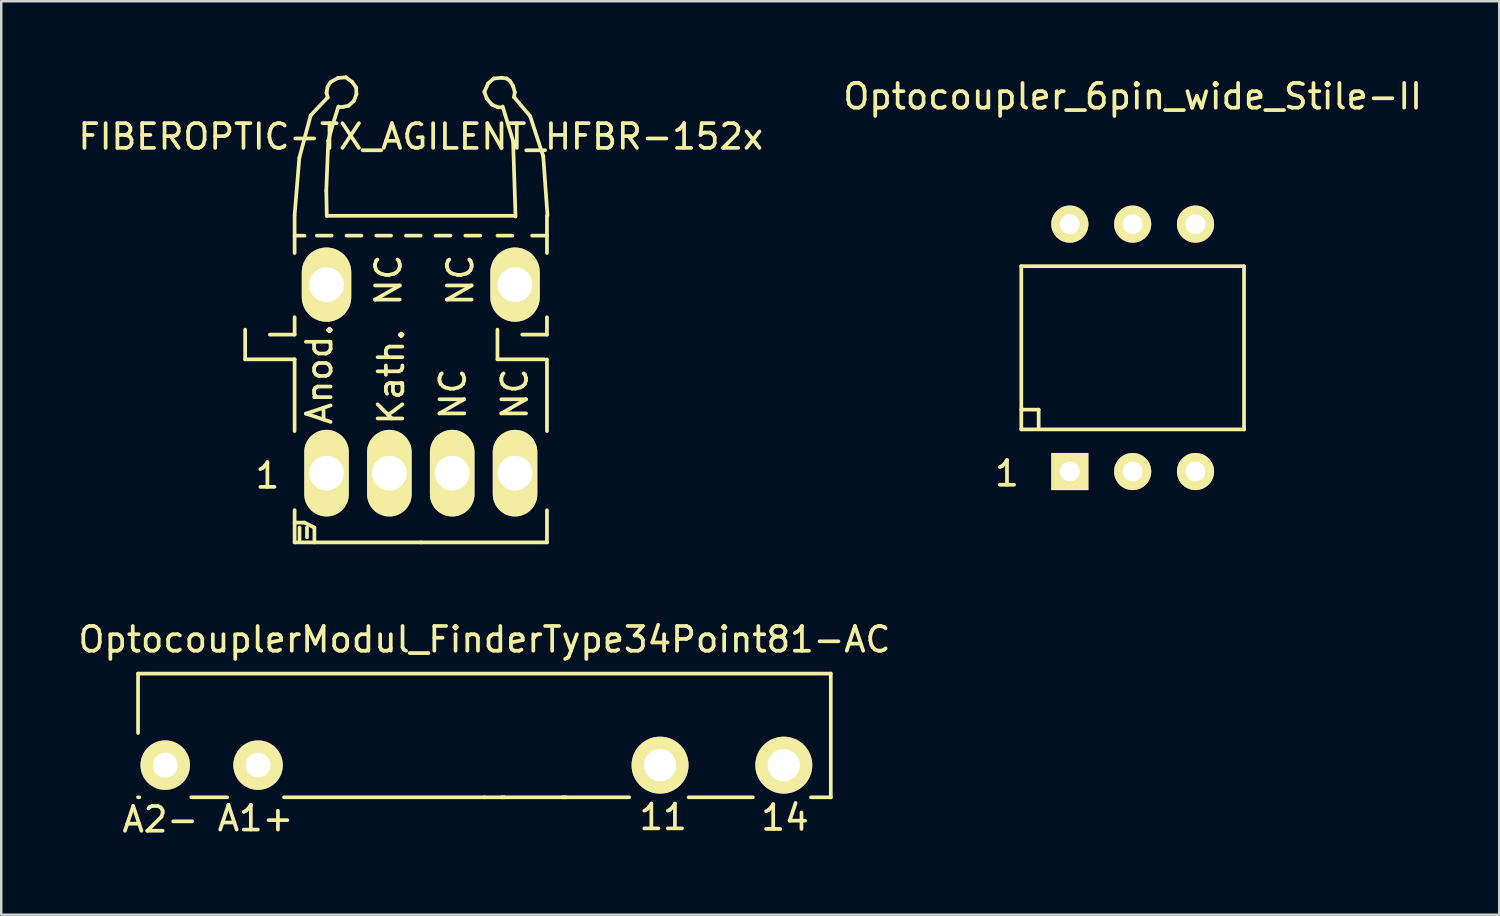
<source format=kicad_pcb>
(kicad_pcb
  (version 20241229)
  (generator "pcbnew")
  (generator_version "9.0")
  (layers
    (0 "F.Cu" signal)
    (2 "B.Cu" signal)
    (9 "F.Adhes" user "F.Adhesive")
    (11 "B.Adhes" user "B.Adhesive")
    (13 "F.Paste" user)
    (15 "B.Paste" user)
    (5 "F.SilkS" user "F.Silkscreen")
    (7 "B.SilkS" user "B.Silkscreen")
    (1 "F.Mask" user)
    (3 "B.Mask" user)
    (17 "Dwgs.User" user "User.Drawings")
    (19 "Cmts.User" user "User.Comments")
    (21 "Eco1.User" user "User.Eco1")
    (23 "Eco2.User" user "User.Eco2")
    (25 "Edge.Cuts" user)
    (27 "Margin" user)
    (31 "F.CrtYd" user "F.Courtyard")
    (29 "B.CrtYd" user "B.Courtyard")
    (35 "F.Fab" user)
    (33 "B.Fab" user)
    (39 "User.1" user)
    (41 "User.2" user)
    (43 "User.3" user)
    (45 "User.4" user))
  (footprint "OptocouplerModul_FinderType34Point81-AC"
    (layer "F.Cu")
    (at 16.53 27.877)
    (property "Reference" "OptocouplerModul_FinderType34Point81-AC" (at 0 -5.08 0) (layer "F.SilkS") (effects (font (size 1 1) (thickness 0.15))))
    (attr through_hole)
    (fp_line (start -14 -3.701) (end -14 -1.3) (stroke (width 0.15) (type solid)) (layer "F.SilkS"))
    (fp_line (start -14 1.3) (end -13.95 1.3) (stroke (width 0.15) (type solid)) (layer "F.SilkS"))
    (fp_line (start -11.849 1.3) (end -10.399 1.3) (stroke (width 0.15) (type solid)) (layer "F.SilkS"))
    (fp_line (start -8.1 1.3) (end 0 1.3) (stroke (width 0.15) (type solid)) (layer "F.SilkS"))
    (fp_line (start 0 1.3) (end 0.8 1.3) (stroke (width 0.15) (type solid)) (layer "F.SilkS"))
    (fp_line (start 3.15 1.3) (end 5.85 1.3) (stroke (width 0.15) (type solid)) (layer "F.SilkS"))
    (fp_line (start 3.299 1.3) (end 0.701 1.3) (stroke (width 0.15) (type solid)) (layer "F.SilkS"))
    (fp_line (start 8.25 1.3) (end 10.851 1.3) (stroke (width 0.15) (type solid)) (layer "F.SilkS"))
    (fp_line (start 13.2 1.3) (end 14 1.3) (stroke (width 0.15) (type solid)) (layer "F.SilkS"))
    (fp_line (start 14 -3.701) (end -14 -3.701) (stroke (width 0.15) (type solid)) (layer "F.SilkS"))
    (fp_line (start 14 1.3) (end 14 -3.701) (stroke (width 0.15) (type solid)) (layer "F.SilkS"))
    (fp_text user "14" (at 12.149 2.123 0) (layer "F.SilkS") (effects (font (size 1 1) (thickness 0.15))))
    (fp_text user "11" (at 7.224 2.101 0) (layer "F.SilkS") (effects (font (size 1 1) (thickness 0.15))))
    (fp_text user "A1+" (at -9.251 2.149 0) (layer "F.SilkS") (effects (font (size 1 1) (thickness 0.15))))
    (fp_text user "A2-" (at -13.101 2.197 0) (layer "F.SilkS") (effects (font (size 1 1) (thickness 0.15))))
    (pad "11" thru_hole circle (at 7.099 0) (size 2.301 2.301) (drill 1.3) (layers "*.Cu" "*.Mask" "F.SilkS"))
    (pad "14" thru_hole circle (at 12.101 0) (size 2.301 2.301) (drill 1.3) (layers "*.Cu" "*.Mask" "F.SilkS"))
    (pad "A1" thru_hole circle (at -9.149 0) (size 1.999 1.999) (drill 1.001) (layers "*.Cu" "*.Mask" "F.SilkS"))
    (pad "A2" thru_hole circle (at -12.901 0) (size 1.999 1.999) (drill 1.001) (layers "*.Cu" "*.Mask" "F.SilkS")))
  (footprint "FIBEROPTIC-TX_AGILENT_HFBR-152x"
    (layer "F.Cu")
    (at 13.958 10.474)
    (property "Reference" "FIBEROPTIC-TX_AGILENT_HFBR-152x" (at 0 -8.001 0) (layer "F.SilkS") (effects (font (size 1 1) (thickness 0.15))))
    (attr through_hole)
    (fp_line (start -7.099 1.001) (end -7.099 -0.201) (stroke (width 0.15) (type solid)) (layer "F.SilkS"))
    (fp_line (start -6.101 0) (end -5.1 0) (stroke (width 0.15) (type solid)) (layer "F.SilkS"))
    (fp_line (start -5.1 -4.831) (end -4.91 -7.14) (stroke (width 0.15) (type solid)) (layer "F.SilkS"))
    (fp_line (start -5.1 -4.801) (end -5.1 -3.299) (stroke (width 0.15) (type solid)) (layer "F.SilkS"))
    (fp_line (start -5.1 0) (end -5.1 -0.701) (stroke (width 0.15) (type solid)) (layer "F.SilkS"))
    (fp_line (start -5.1 1.001) (end -7.099 1.001) (stroke (width 0.15) (type solid)) (layer "F.SilkS"))
    (fp_line (start -5.1 1.001) (end -5.1 3.899) (stroke (width 0.15) (type solid)) (layer "F.SilkS"))
    (fp_line (start -5.1 7.6) (end -4.699 7.6) (stroke (width 0.15) (type solid)) (layer "F.SilkS"))
    (fp_line (start -5.1 8.4) (end -5.1 7.099) (stroke (width 0.15) (type solid)) (layer "F.SilkS"))
    (fp_line (start -4.91 -7.14) (end -4.45 -8.86) (stroke (width 0.15) (type solid)) (layer "F.SilkS"))
    (fp_line (start -4.9 7.8) (end -4.9 8.301) (stroke (width 0.15) (type solid)) (layer "F.SilkS"))
    (fp_line (start -4.699 -4) (end -5.1 -4) (stroke (width 0.15) (type solid)) (layer "F.SilkS"))
    (fp_line (start -4.699 7.6) (end -4.3 7.8) (stroke (width 0.15) (type solid)) (layer "F.SilkS"))
    (fp_line (start -4.6 7.8) (end -4.6 8.199) (stroke (width 0.15) (type solid)) (layer "F.SilkS"))
    (fp_line (start -4.45 -8.86) (end -3.769 -9.581) (stroke (width 0.15) (type solid)) (layer "F.SilkS"))
    (fp_line (start -4.3 7.8) (end -4.3 8.4) (stroke (width 0.15) (type solid)) (layer "F.SilkS"))
    (fp_line (start -3.82 -5.819) (end -3.739 -7.841) (stroke (width 0.15) (type solid)) (layer "F.SilkS"))
    (fp_line (start -3.81 -9.769) (end -3.759 -9.581) (stroke (width 0.15) (type solid)) (layer "F.SilkS"))
    (fp_line (start -3.8 -4.801) (end -3.82 -5.819) (stroke (width 0.15) (type solid)) (layer "F.SilkS"))
    (fp_line (start -3.769 -10.01) (end -3.81 -9.769) (stroke (width 0.15) (type solid)) (layer "F.SilkS"))
    (fp_line (start -3.739 -7.841) (end -3.551 -8.509) (stroke (width 0.15) (type solid)) (layer "F.SilkS"))
    (fp_line (start -3.65 -10.201) (end -3.769 -10.01) (stroke (width 0.15) (type solid)) (layer "F.SilkS"))
    (fp_line (start -3.602 -4) (end -4.201 -4) (stroke (width 0.15) (type solid)) (layer "F.SilkS"))
    (fp_line (start -3.551 -8.509) (end -3.33 -9.22) (stroke (width 0.15) (type solid)) (layer "F.SilkS"))
    (fp_line (start -3.35 -10.371) (end -3.65 -10.201) (stroke (width 0.15) (type solid)) (layer "F.SilkS"))
    (fp_line (start -3.269 -9.19) (end -3.119 -9.21) (stroke (width 0.15) (type solid)) (layer "F.SilkS"))
    (fp_line (start -3.119 -9.21) (end -2.921 -9.251) (stroke (width 0.15) (type solid)) (layer "F.SilkS"))
    (fp_line (start -3.03 -10.399) (end -3.35 -10.371) (stroke (width 0.15) (type solid)) (layer "F.SilkS"))
    (fp_line (start -2.921 -9.251) (end -2.7 -9.449) (stroke (width 0.15) (type solid)) (layer "F.SilkS"))
    (fp_line (start -2.771 -10.211) (end -3.03 -10.399) (stroke (width 0.15) (type solid)) (layer "F.SilkS"))
    (fp_line (start -2.7 -9.449) (end -2.601 -9.721) (stroke (width 0.15) (type solid)) (layer "F.SilkS"))
    (fp_line (start -2.611 -9.98) (end -2.771 -10.211) (stroke (width 0.15) (type solid)) (layer "F.SilkS"))
    (fp_line (start -2.601 -9.721) (end -2.611 -9.98) (stroke (width 0.15) (type solid)) (layer "F.SilkS"))
    (fp_line (start -2.4 -4) (end -3 -4) (stroke (width 0.15) (type solid)) (layer "F.SilkS"))
    (fp_line (start -1.201 -4) (end -1.801 -4) (stroke (width 0.15) (type solid)) (layer "F.SilkS"))
    (fp_line (start 0 -4) (end -0.599 -4) (stroke (width 0.15) (type solid)) (layer "F.SilkS"))
    (fp_line (start 0 8.4) (end -5.1 8.4) (stroke (width 0.15) (type solid)) (layer "F.SilkS"))
    (fp_line (start 0 8.4) (end 5.1 8.4) (stroke (width 0.15) (type solid)) (layer "F.SilkS"))
    (fp_line (start 1.199 -4) (end 0.599 -4) (stroke (width 0.15) (type solid)) (layer "F.SilkS"))
    (fp_line (start 2.4 -4) (end 1.801 -4) (stroke (width 0.15) (type solid)) (layer "F.SilkS"))
    (fp_line (start 2.57 -9.809) (end 2.67 -9.54) (stroke (width 0.15) (type solid)) (layer "F.SilkS"))
    (fp_line (start 2.67 -9.54) (end 2.87 -9.299) (stroke (width 0.15) (type solid)) (layer "F.SilkS"))
    (fp_line (start 2.72 -10.15) (end 2.57 -9.809) (stroke (width 0.15) (type solid)) (layer "F.SilkS"))
    (fp_line (start 2.87 -9.299) (end 3.109 -9.19) (stroke (width 0.15) (type solid)) (layer "F.SilkS"))
    (fp_line (start 2.949 -10.351) (end 2.72 -10.15) (stroke (width 0.15) (type solid)) (layer "F.SilkS"))
    (fp_line (start 3.099 1.001) (end 3.099 -0.201) (stroke (width 0.15) (type solid)) (layer "F.SilkS"))
    (fp_line (start 3.109 -9.19) (end 3.269 -9.18) (stroke (width 0.15) (type solid)) (layer "F.SilkS"))
    (fp_line (start 3.269 -10.381) (end 2.949 -10.351) (stroke (width 0.15) (type solid)) (layer "F.SilkS"))
    (fp_line (start 3.47 -10.351) (end 3.269 -10.381) (stroke (width 0.15) (type solid)) (layer "F.SilkS"))
    (fp_line (start 3.609 -10.249) (end 3.47 -10.351) (stroke (width 0.15) (type solid)) (layer "F.SilkS"))
    (fp_line (start 3.701 -4) (end 3.101 -4) (stroke (width 0.15) (type solid)) (layer "F.SilkS"))
    (fp_line (start 3.731 -10.051) (end 3.609 -10.249) (stroke (width 0.15) (type solid)) (layer "F.SilkS"))
    (fp_line (start 3.731 -7.821) (end 3.31 -9.22) (stroke (width 0.15) (type solid)) (layer "F.SilkS"))
    (fp_line (start 3.769 -9.601) (end 3.8 -9.799) (stroke (width 0.15) (type solid)) (layer "F.SilkS"))
    (fp_line (start 3.8 -9.799) (end 3.731 -10.051) (stroke (width 0.15) (type solid)) (layer "F.SilkS"))
    (fp_line (start 3.8 -4.801) (end -3.8 -4.801) (stroke (width 0.15) (type solid)) (layer "F.SilkS"))
    (fp_line (start 3.83 -4.77) (end 3.731 -7.821) (stroke (width 0.15) (type solid)) (layer "F.SilkS"))
    (fp_line (start 4.42 -8.829) (end 3.769 -9.601) (stroke (width 0.15) (type solid)) (layer "F.SilkS"))
    (fp_line (start 4.95 -7.211) (end 4.42 -8.829) (stroke (width 0.15) (type solid)) (layer "F.SilkS"))
    (fp_line (start 5.001 1.001) (end 3.099 1.001) (stroke (width 0.15) (type solid)) (layer "F.SilkS"))
    (fp_line (start 5.1 -4) (end 4.501 -4) (stroke (width 0.15) (type solid)) (layer "F.SilkS"))
    (fp_line (start 5.1 -3.299) (end 5.1 -4.801) (stroke (width 0.15) (type solid)) (layer "F.SilkS"))
    (fp_line (start 5.1 0) (end 4.1 0) (stroke (width 0.15) (type solid)) (layer "F.SilkS"))
    (fp_line (start 5.1 0) (end 5.1 -0.701) (stroke (width 0.15) (type solid)) (layer "F.SilkS"))
    (fp_line (start 5.1 3.899) (end 5.1 1.001) (stroke (width 0.15) (type solid)) (layer "F.SilkS"))
    (fp_line (start 5.1 8.4) (end 5.1 7.099) (stroke (width 0.15) (type solid)) (layer "F.SilkS"))
    (fp_line (start 5.121 -4.821) (end 4.95 -7.211) (stroke (width 0.15) (type solid)) (layer "F.SilkS"))
    (fp_text user "Anod." (at -4.1 1.6 90) (layer "F.SilkS") (effects (font (size 1 1) (thickness 0.15))))
    (fp_text user "NC" (at -1.303 -2.2 90) (layer "F.SilkS") (effects (font (size 1 1) (thickness 0.15))))
    (fp_text user "NC" (at 1.3 2.4 90) (layer "F.SilkS") (effects (font (size 1 1) (thickness 0.15))))
    (fp_text user "1" (at -6.2 5.7 0) (layer "F.SilkS") (effects (font (size 1 1) (thickness 0.15))))
    (fp_text user "NC" (at 1.6 -2.2 90) (layer "F.SilkS") (effects (font (size 1 1) (thickness 0.15))))
    (fp_text user "Kath." (at -1.199 1.699 90) (layer "F.SilkS") (effects (font (size 1 1) (thickness 0.15))))
    (fp_text user "NC" (at 3.8 2.4 90) (layer "F.SilkS") (effects (font (size 1 1) (thickness 0.15))))
    (pad "1" thru_hole oval (at -3.81 5.601) (size 1.801 3.5) (drill 1.4) (layers "*.Cu" "*.Mask" "F.SilkS"))
    (pad "2" thru_hole oval (at -1.27 5.601) (size 1.801 3.5) (drill 1.4) (layers "*.Cu" "*.Mask" "F.SilkS"))
    (pad "3" thru_hole oval (at 1.27 5.601) (size 1.801 3.5) (drill 1.4) (layers "*.Cu" "*.Mask" "F.SilkS"))
    (pad "4" thru_hole oval (at 3.81 5.601) (size 1.801 3.5) (drill 1.4) (layers "*.Cu" "*.Mask" "F.SilkS"))
    (pad "5" thru_hole oval (at 3.81 -2.019) (size 1.999 3) (drill 1.4) (layers "*.Cu" "*.Mask" "F.SilkS"))
    (pad "6" thru_hole oval (at -3.81 -2.019) (size 1.999 3) (drill 1.4) (layers "*.Cu" "*.Mask" "F.SilkS")))
  (footprint "Optocoupler_6pin_wide_Stile-II"
    (layer "F.Cu")
    (at 42.732 11.008)
    (property "Reference" "Optocoupler_6pin_wide_Stile-II" (at 0 -10.16 0) (layer "F.SilkS") (effects (font (size 1 1) (thickness 0.15))))
    (attr through_hole)
    (fp_line (start -4.501 -3.299) (end 4.501 -3.299) (stroke (width 0.15) (type solid)) (layer "F.SilkS"))
    (fp_line (start -4.501 2.499) (end -3.8 2.499) (stroke (width 0.15) (type solid)) (layer "F.SilkS"))
    (fp_line (start -4.501 3.299) (end -4.501 -3.299) (stroke (width 0.15) (type solid)) (layer "F.SilkS"))
    (fp_line (start -3.8 2.499) (end -3.8 3.2) (stroke (width 0.15) (type solid)) (layer "F.SilkS"))
    (fp_line (start 4.501 -3.299) (end 4.501 3.299) (stroke (width 0.15) (type solid)) (layer "F.SilkS"))
    (fp_line (start 4.501 3.299) (end -4.501 3.299) (stroke (width 0.15) (type solid)) (layer "F.SilkS"))
    (fp_text user "1" (at -5.08 5.08 0) (layer "F.SilkS") (effects (font (size 1 1) (thickness 0.15))))
    (pad "1" thru_hole rect (at -2.54 5.001) (size 1.501 1.501) (drill 0.8) (layers "*.Cu" "*.Mask" "F.SilkS"))
    (pad "2" thru_hole circle (at 0 5.001) (size 1.501 1.501) (drill 0.8) (layers "*.Cu" "*.Mask" "F.SilkS"))
    (pad "3" thru_hole circle (at 2.54 5.001) (size 1.501 1.501) (drill 0.8) (layers "*.Cu" "*.Mask" "F.SilkS"))
    (pad "4" thru_hole circle (at 2.54 -4.999) (size 1.501 1.501) (drill 0.8) (layers "*.Cu" "*.Mask" "F.SilkS"))
    (pad "5" thru_hole circle (at 0 -4.999) (size 1.501 1.501) (drill 0.8) (layers "*.Cu" "*.Mask" "F.SilkS"))
    (pad "6" thru_hole circle (at -2.54 -4.999) (size 1.501 1.501) (drill 0.8) (layers "*.Cu" "*.Mask" "F.SilkS")))
  (gr_rect
    (start -3 -3)
    (end 57.548 33.922)
    (stroke (width 0.1) (type default))
    (fill no)
    (layer "Edge.Cuts")))
</source>
